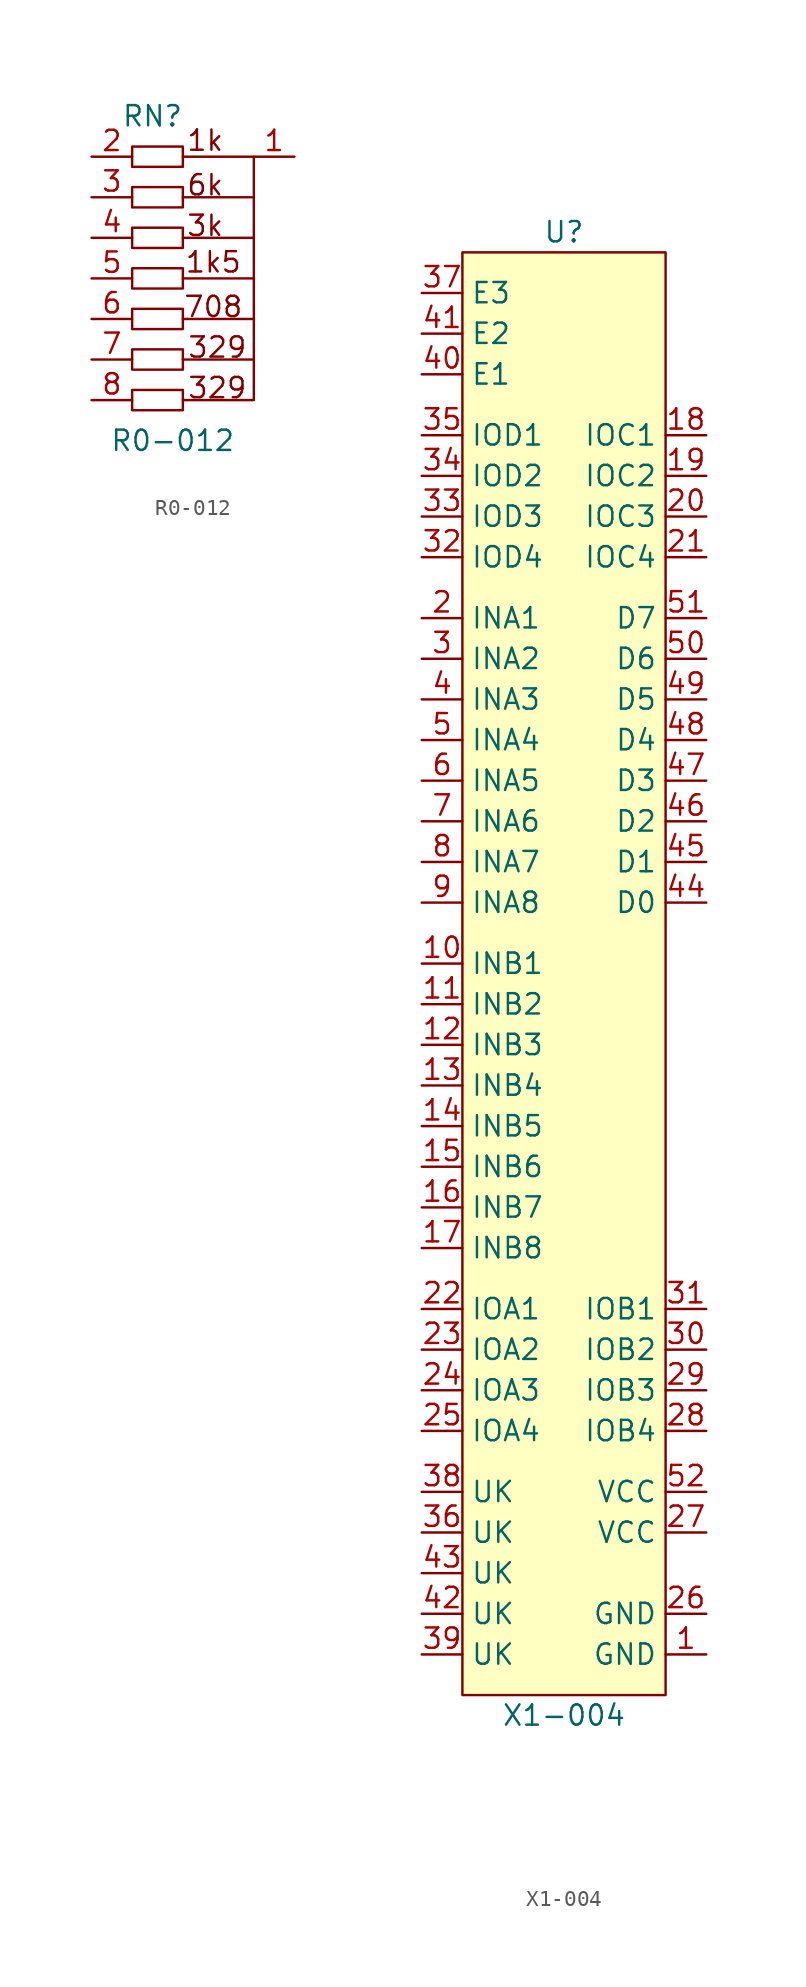
<source format=kicad_sym>
(kicad_symbol_lib
  (version 20211014)
  (generator kicad_symbol_editor)
  (symbol "R0-012"
    (property "Reference" "RN"
      (at 3.81 2.54 0)
      (effects (font (size 1.27 1.27))))
    (property "Value" "R0-012"
      (at 5.08 -17.78 0)
      (effects (font (size 1.27 1.27))))
    (symbol "R0-012_0_0"
      (polyline (pts (xy 5.715 -12.7) (xy 10.16 -12.7)) (stroke (width 0) (type default) (color 0 0 0 0)) (fill (type none)))
      (polyline (pts (xy 5.715 -10.16) (xy 10.16 -10.16)) (stroke (width 0) (type default) (color 0 0 0 0)) (fill (type none)))
      (polyline (pts (xy 5.715 -7.62) (xy 10.16 -7.62)) (stroke (width 0) (type default) (color 0 0 0 0)) (fill (type none)))
      (polyline (pts (xy 5.715 -5.08) (xy 10.16 -5.08)) (stroke (width 0) (type default) (color 0 0 0 0)) (fill (type none)))
      (polyline (pts (xy 5.715 -2.54) (xy 10.16 -2.54)) (stroke (width 0) (type default) (color 0 0 0 0)) (fill (type none)))
      (polyline (pts (xy 5.715 -15.24) (xy 10.16 -15.24) (xy 10.16 0) (xy 5.715 0)) (stroke (width 0) (type default) (color 0 0 0 0)) (fill (type none)))
      (text "1k" (at 7.112 1.016 0) (effects (font (size 1.27 1.27))))
      (text "1k5" (at 7.62 -6.604 0) (effects (font (size 1.27 1.27))))
      (text "329" (at 7.874 -14.478 0) (effects (font (size 1.27 1.27))))
      (text "329" (at 7.874 -11.938 0) (effects (font (size 1.27 1.27))))
      (text "3k" (at 7.112 -4.318 0) (effects (font (size 1.27 1.27))))
      (text "6k" (at 7.112 -1.778 0) (effects (font (size 1.27 1.27))))
      (text "708" (at 7.62 -9.398 0) (effects (font (size 1.27 1.27)))))
    (symbol "R0-012_0_1"
      (rectangle (start 2.54 -14.605) (end 5.715 -15.875) (stroke (width 0) (type default) (color 0 0 0 0)) (fill (type none)))
      (rectangle (start 2.54 -12.065) (end 5.715 -13.335) (stroke (width 0) (type default) (color 0 0 0 0)) (fill (type none)))
      (rectangle (start 2.54 -9.525) (end 5.715 -10.795) (stroke (width 0) (type default) (color 0 0 0 0)) (fill (type none)))
      (rectangle (start 2.54 -6.985) (end 5.715 -8.255) (stroke (width 0) (type default) (color 0 0 0 0)) (fill (type none)))
      (rectangle (start 2.54 -4.445) (end 5.715 -5.715) (stroke (width 0) (type default) (color 0 0 0 0)) (fill (type none)))
      (rectangle (start 2.54 -1.905) (end 5.715 -3.175) (stroke (width 0) (type default) (color 0 0 0 0)) (fill (type none)))
      (rectangle (start 2.54 0.635) (end 5.715 -0.635) (stroke (width 0) (type default) (color 0 0 0 0)) (fill (type none))))
    (symbol "R0-012_1_1"
      (pin passive line (at 12.7 0 180) (length 2.54) (name "" (effects (font (size 1.27 1.27)))) (number "1" (effects (font (size 1.27 1.27)))))
      (pin passive line (at 0 0 0) (length 2.54) (name "" (effects (font (size 1.27 1.27)))) (number "2" (effects (font (size 1.27 1.27)))))
      (pin passive line (at 0 -2.54 0) (length 2.54) (name "" (effects (font (size 1.27 1.27)))) (number "3" (effects (font (size 1.27 1.27)))))
      (pin passive line (at 0 -5.08 0) (length 2.54) (name "" (effects (font (size 1.27 1.27)))) (number "4" (effects (font (size 1.27 1.27)))))
      (pin passive line (at 0 -7.62 0) (length 2.54) (name "" (effects (font (size 1.27 1.27)))) (number "5" (effects (font (size 1.27 1.27)))))
      (pin passive line (at 0 -10.16 0) (length 2.54) (name "" (effects (font (size 1.27 1.27)))) (number "6" (effects (font (size 1.27 1.27)))))
      (pin passive line (at 0 -12.7 0) (length 2.54) (name "" (effects (font (size 1.27 1.27)))) (number "7" (effects (font (size 1.27 1.27)))))
      (pin passive line (at 0 -15.24 0) (length 2.54) (name "" (effects (font (size 1.27 1.27)))) (number "8" (effects (font (size 1.27 1.27)))))))
  (symbol "X1-004"
    (property "Reference" "U"
      (at 0 46.99 0)
      (effects (font (size 1.27 1.27))))
    (property "Value" "X1-004"
      (at 0 -45.72 0)
      (effects (font (size 1.27 1.27))))
    (symbol "X1-004_0_0"
      (rectangle (start -6.35 45.72) (end 6.35 -44.45) (stroke (width 0) (type default) (color 0 0 0 0)) (fill (type background))))
    (symbol "X1-004_1_1"
      (pin power_in line (at 8.89 -41.91 180) (length 2.54) (name "GND" (effects (font (size 1.27 1.27)))) (number "1" (effects (font (size 1.27 1.27)))))
      (pin input line (at -8.89 1.27 0) (length 2.54) (name "INB1" (effects (font (size 1.27 1.27)))) (number "10" (effects (font (size 1.27 1.27)))))
      (pin input line (at -8.89 -1.27 0) (length 2.54) (name "INB2" (effects (font (size 1.27 1.27)))) (number "11" (effects (font (size 1.27 1.27)))))
      (pin input line (at -8.89 -3.81 0) (length 2.54) (name "INB3" (effects (font (size 1.27 1.27)))) (number "12" (effects (font (size 1.27 1.27)))))
      (pin input line (at -8.89 -6.35 0) (length 2.54) (name "INB4" (effects (font (size 1.27 1.27)))) (number "13" (effects (font (size 1.27 1.27)))))
      (pin input line (at -8.89 -8.89 0) (length 2.54) (name "INB5" (effects (font (size 1.27 1.27)))) (number "14" (effects (font (size 1.27 1.27)))))
      (pin input line (at -8.89 -11.43 0) (length 2.54) (name "INB6" (effects (font (size 1.27 1.27)))) (number "15" (effects (font (size 1.27 1.27)))))
      (pin input line (at -8.89 -13.97 0) (length 2.54) (name "INB7" (effects (font (size 1.27 1.27)))) (number "16" (effects (font (size 1.27 1.27)))))
      (pin input line (at -8.89 -16.51 0) (length 2.54) (name "INB8" (effects (font (size 1.27 1.27)))) (number "17" (effects (font (size 1.27 1.27)))))
      (pin bidirectional line (at 8.89 34.29 180) (length 2.54) (name "IOC1" (effects (font (size 1.27 1.27)))) (number "18" (effects (font (size 1.27 1.27)))))
      (pin bidirectional line (at 8.89 31.75 180) (length 2.54) (name "IOC2" (effects (font (size 1.27 1.27)))) (number "19" (effects (font (size 1.27 1.27)))))
      (pin input line (at -8.89 22.86 0) (length 2.54) (name "INA1" (effects (font (size 1.27 1.27)))) (number "2" (effects (font (size 1.27 1.27)))))
      (pin bidirectional line (at 8.89 29.21 180) (length 2.54) (name "IOC3" (effects (font (size 1.27 1.27)))) (number "20" (effects (font (size 1.27 1.27)))))
      (pin bidirectional line (at 8.89 26.67 180) (length 2.54) (name "IOC4" (effects (font (size 1.27 1.27)))) (number "21" (effects (font (size 1.27 1.27)))))
      (pin bidirectional line (at -8.89 -20.32 0) (length 2.54) (name "IOA1" (effects (font (size 1.27 1.27)))) (number "22" (effects (font (size 1.27 1.27)))))
      (pin bidirectional line (at -8.89 -22.86 0) (length 2.54) (name "IOA2" (effects (font (size 1.27 1.27)))) (number "23" (effects (font (size 1.27 1.27)))))
      (pin bidirectional line (at -8.89 -25.4 0) (length 2.54) (name "IOA3" (effects (font (size 1.27 1.27)))) (number "24" (effects (font (size 1.27 1.27)))))
      (pin bidirectional line (at -8.89 -27.94 0) (length 2.54) (name "IOA4" (effects (font (size 1.27 1.27)))) (number "25" (effects (font (size 1.27 1.27)))))
      (pin power_in line (at 8.89 -39.37 180) (length 2.54) (name "GND" (effects (font (size 1.27 1.27)))) (number "26" (effects (font (size 1.27 1.27)))))
      (pin power_in line (at 8.89 -34.29 180) (length 2.54) (name "VCC" (effects (font (size 1.27 1.27)))) (number "27" (effects (font (size 1.27 1.27)))))
      (pin bidirectional line (at 8.89 -27.94 180) (length 2.54) (name "IOB4" (effects (font (size 1.27 1.27)))) (number "28" (effects (font (size 1.27 1.27)))))
      (pin bidirectional line (at 8.89 -25.4 180) (length 2.54) (name "IOB3" (effects (font (size 1.27 1.27)))) (number "29" (effects (font (size 1.27 1.27)))))
      (pin input line (at -8.89 20.32 0) (length 2.54) (name "INA2" (effects (font (size 1.27 1.27)))) (number "3" (effects (font (size 1.27 1.27)))))
      (pin bidirectional line (at 8.89 -22.86 180) (length 2.54) (name "IOB2" (effects (font (size 1.27 1.27)))) (number "30" (effects (font (size 1.27 1.27)))))
      (pin bidirectional line (at 8.89 -20.32 180) (length 2.54) (name "IOB1" (effects (font (size 1.27 1.27)))) (number "31" (effects (font (size 1.27 1.27)))))
      (pin bidirectional line (at -8.89 26.67 0) (length 2.54) (name "IOD4" (effects (font (size 1.27 1.27)))) (number "32" (effects (font (size 1.27 1.27)))))
      (pin bidirectional line (at -8.89 29.21 0) (length 2.54) (name "IOD3" (effects (font (size 1.27 1.27)))) (number "33" (effects (font (size 1.27 1.27)))))
      (pin bidirectional line (at -8.89 31.75 0) (length 2.54) (name "IOD2" (effects (font (size 1.27 1.27)))) (number "34" (effects (font (size 1.27 1.27)))))
      (pin bidirectional line (at -8.89 34.29 0) (length 2.54) (name "IOD1" (effects (font (size 1.27 1.27)))) (number "35" (effects (font (size 1.27 1.27)))))
      (pin input line (at -8.89 -34.29 0) (length 2.54) (name "UK" (effects (font (size 1.27 1.27)))) (number "36" (effects (font (size 1.27 1.27)))))
      (pin input line (at -8.89 43.18 0) (length 2.54) (name "E3" (effects (font (size 1.27 1.27)))) (number "37" (effects (font (size 1.27 1.27)))))
      (pin input line (at -8.89 -31.75 0) (length 2.54) (name "UK" (effects (font (size 1.27 1.27)))) (number "38" (effects (font (size 1.27 1.27)))))
      (pin input line (at -8.89 -41.91 0) (length 2.54) (name "UK" (effects (font (size 1.27 1.27)))) (number "39" (effects (font (size 1.27 1.27)))))
      (pin input line (at -8.89 17.78 0) (length 2.54) (name "INA3" (effects (font (size 1.27 1.27)))) (number "4" (effects (font (size 1.27 1.27)))))
      (pin input line (at -8.89 38.1 0) (length 2.54) (name "E1" (effects (font (size 1.27 1.27)))) (number "40" (effects (font (size 1.27 1.27)))))
      (pin input line (at -8.89 40.64 0) (length 2.54) (name "E2" (effects (font (size 1.27 1.27)))) (number "41" (effects (font (size 1.27 1.27)))))
      (pin input line (at -8.89 -39.37 0) (length 2.54) (name "UK" (effects (font (size 1.27 1.27)))) (number "42" (effects (font (size 1.27 1.27)))))
      (pin input line (at -8.89 -36.83 0) (length 2.54) (name "UK" (effects (font (size 1.27 1.27)))) (number "43" (effects (font (size 1.27 1.27)))))
      (pin output line (at 8.89 5.08 180) (length 2.54) (name "D0" (effects (font (size 1.27 1.27)))) (number "44" (effects (font (size 1.27 1.27)))))
      (pin output line (at 8.89 7.62 180) (length 2.54) (name "D1" (effects (font (size 1.27 1.27)))) (number "45" (effects (font (size 1.27 1.27)))))
      (pin output line (at 8.89 10.16 180) (length 2.54) (name "D2" (effects (font (size 1.27 1.27)))) (number "46" (effects (font (size 1.27 1.27)))))
      (pin output line (at 8.89 12.7 180) (length 2.54) (name "D3" (effects (font (size 1.27 1.27)))) (number "47" (effects (font (size 1.27 1.27)))))
      (pin output line (at 8.89 15.24 180) (length 2.54) (name "D4" (effects (font (size 1.27 1.27)))) (number "48" (effects (font (size 1.27 1.27)))))
      (pin output line (at 8.89 17.78 180) (length 2.54) (name "D5" (effects (font (size 1.27 1.27)))) (number "49" (effects (font (size 1.27 1.27)))))
      (pin input line (at -8.89 15.24 0) (length 2.54) (name "INA4" (effects (font (size 1.27 1.27)))) (number "5" (effects (font (size 1.27 1.27)))))
      (pin output line (at 8.89 20.32 180) (length 2.54) (name "D6" (effects (font (size 1.27 1.27)))) (number "50" (effects (font (size 1.27 1.27)))))
      (pin output line (at 8.89 22.86 180) (length 2.54) (name "D7" (effects (font (size 1.27 1.27)))) (number "51" (effects (font (size 1.27 1.27)))))
      (pin power_in line (at 8.89 -31.75 180) (length 2.54) (name "VCC" (effects (font (size 1.27 1.27)))) (number "52" (effects (font (size 1.27 1.27)))))
      (pin input line (at -8.89 12.7 0) (length 2.54) (name "INA5" (effects (font (size 1.27 1.27)))) (number "6" (effects (font (size 1.27 1.27)))))
      (pin input line (at -8.89 10.16 0) (length 2.54) (name "INA6" (effects (font (size 1.27 1.27)))) (number "7" (effects (font (size 1.27 1.27)))))
      (pin input line (at -8.89 7.62 0) (length 2.54) (name "INA7" (effects (font (size 1.27 1.27)))) (number "8" (effects (font (size 1.27 1.27)))))
      (pin input line (at -8.89 5.08 0) (length 2.54) (name "INA8" (effects (font (size 1.27 1.27)))) (number "9" (effects (font (size 1.27 1.27))))))))
</source>
